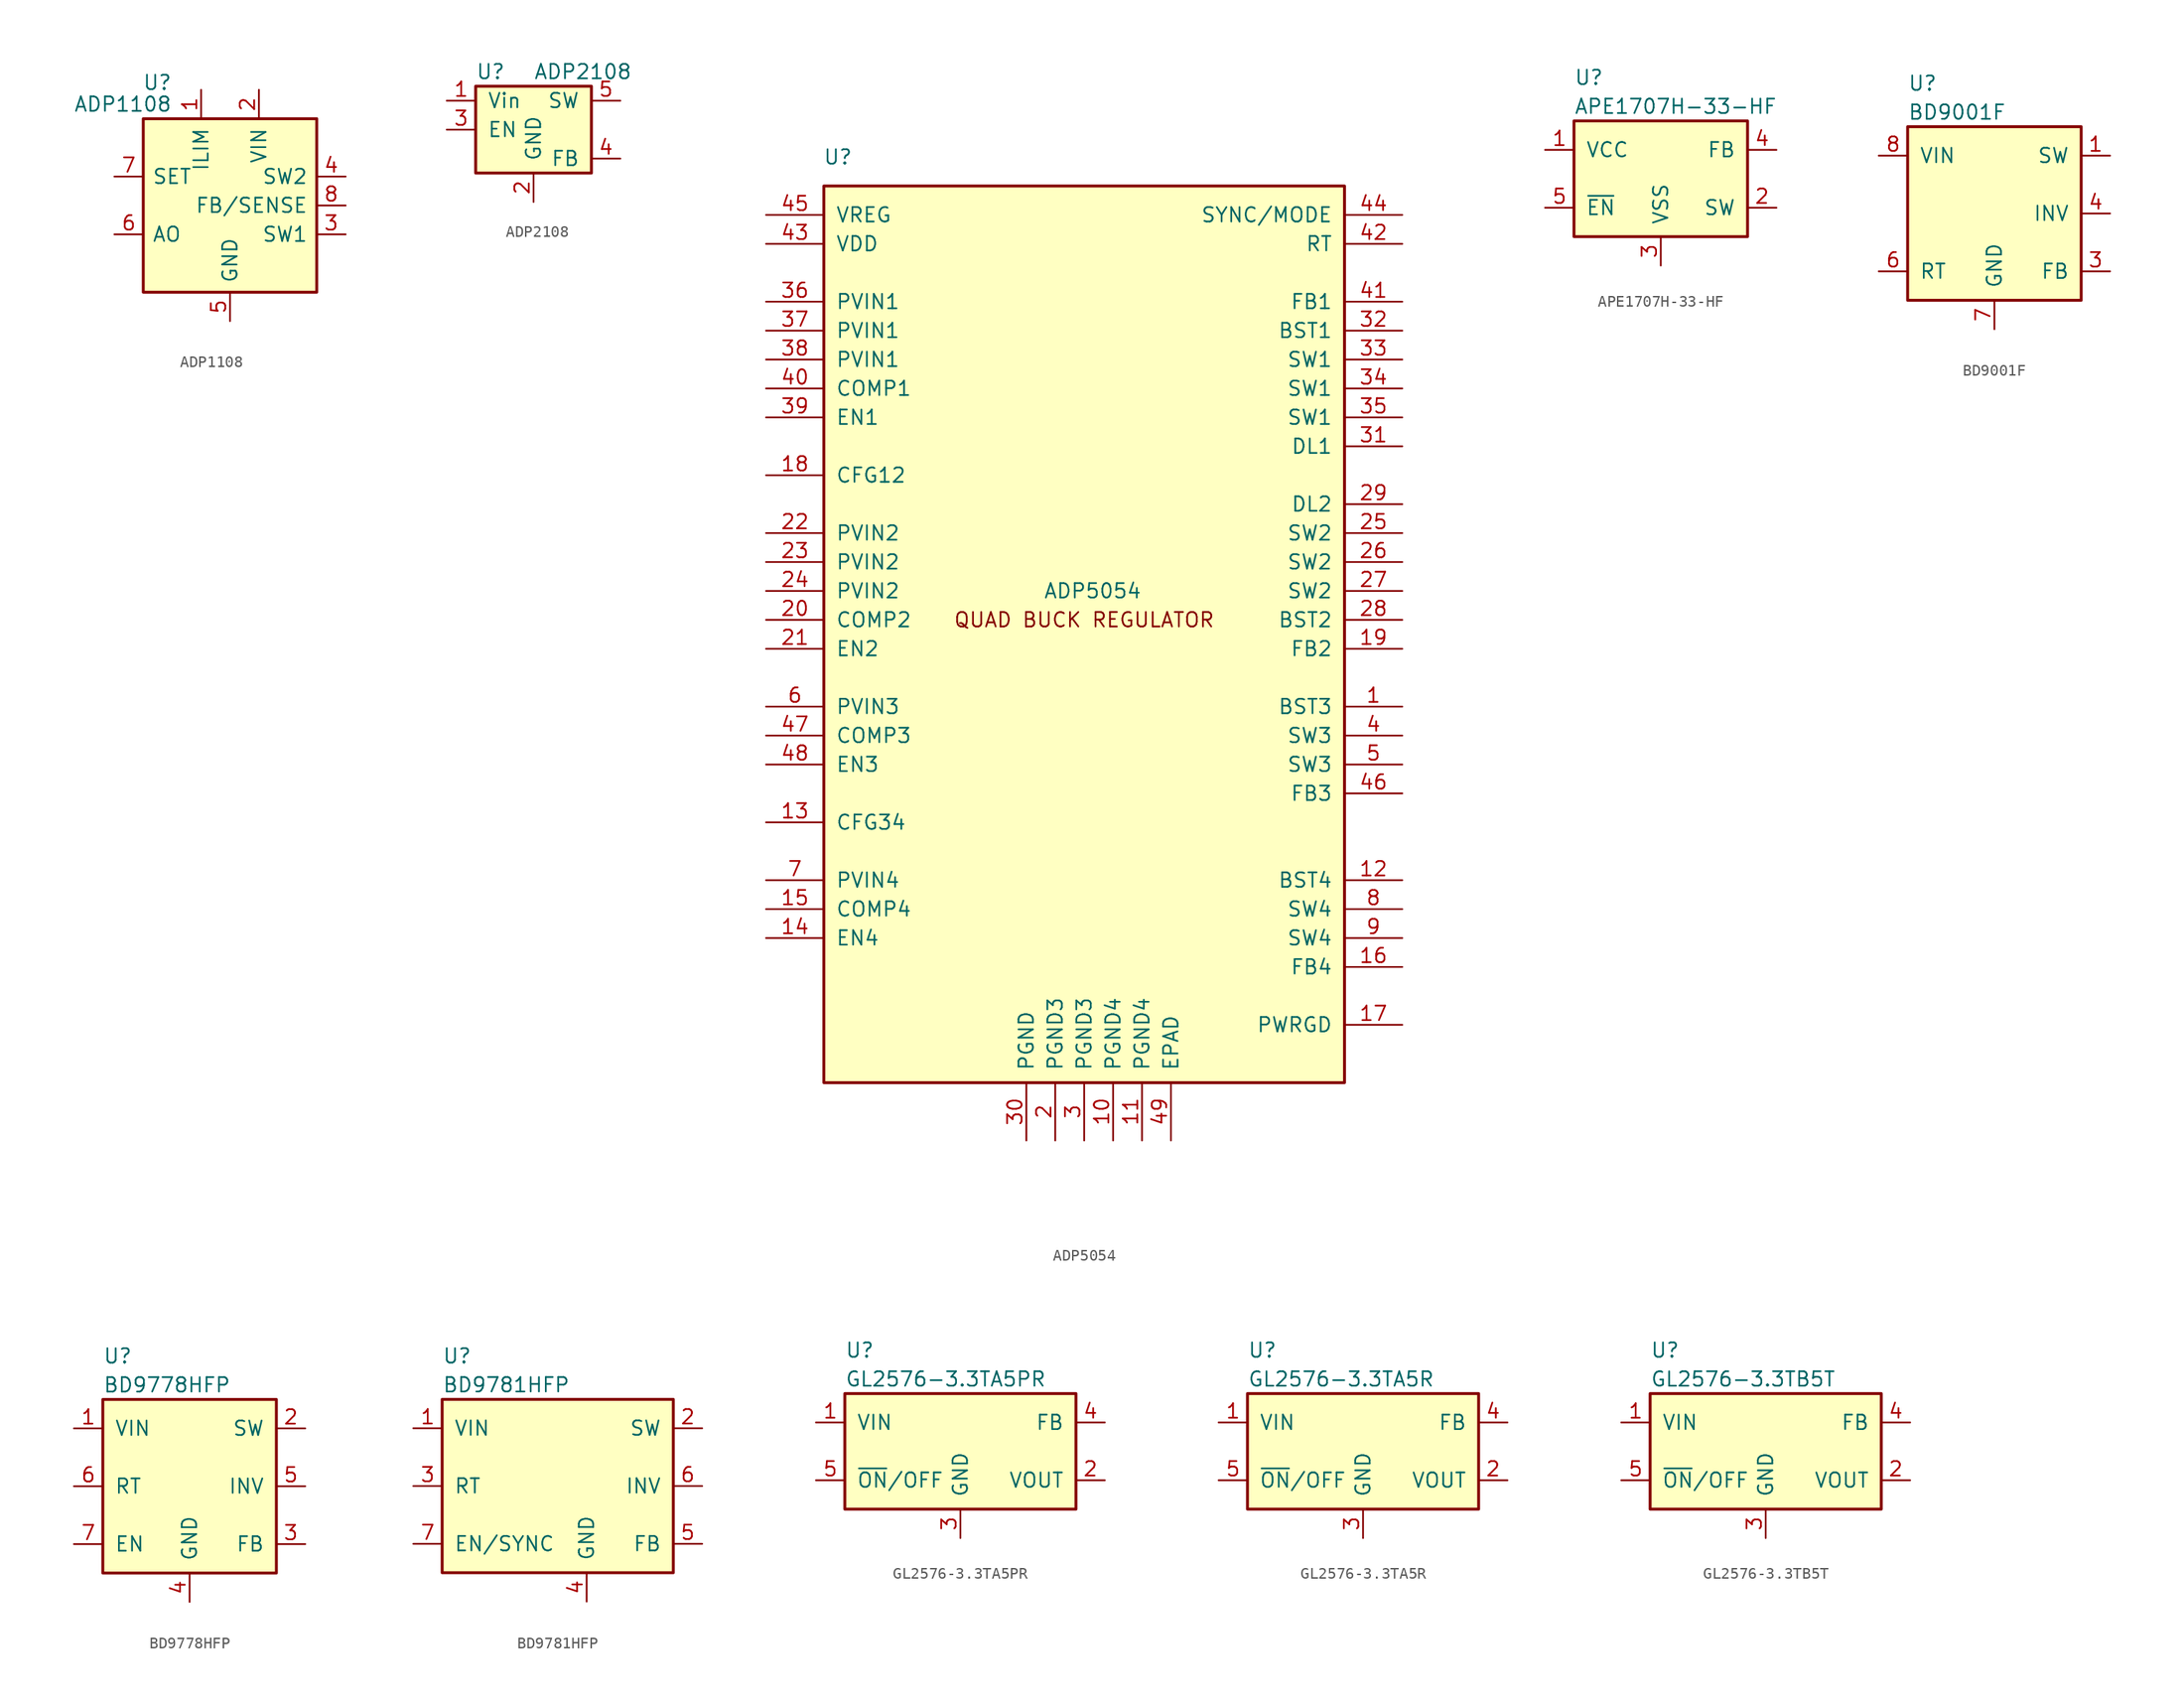
<source format=kicad_sym>
(kicad_symbol_lib
  (version 20211014)
  (generator kicad_symbol_editor)
  (symbol "ADP1108"
    (pin_names
      (offset 0.762))
    (property "Reference" "U"
      (at -5.08 10.795 0)
      (effects (font (size 1.27 1.27)) (justify right)))
    (property "Value" "ADP1108"
      (at -5.08 8.89 0)
      (effects (font (size 1.27 1.27)) (justify right)))
    (symbol "ADP1108_0_1"
      (rectangle (start -7.62 -7.62) (end 7.62 7.62) (stroke (width 0.254) (type default) (color 0 0 0 0)) (fill (type background))))
    (symbol "ADP1108_1_1"
      (pin input line (at -2.54 10.16 270) (length 2.54) (name "ILIM" (effects (font (size 1.27 1.27)))) (number "1" (effects (font (size 1.27 1.27)))))
      (pin power_in line (at 2.54 10.16 270) (length 2.54) (name "VIN" (effects (font (size 1.27 1.27)))) (number "2" (effects (font (size 1.27 1.27)))))
      (pin passive line (at 10.16 -2.54 180) (length 2.54) (name "SW1" (effects (font (size 1.27 1.27)))) (number "3" (effects (font (size 1.27 1.27)))))
      (pin passive line (at 10.16 2.54 180) (length 2.54) (name "SW2" (effects (font (size 1.27 1.27)))) (number "4" (effects (font (size 1.27 1.27)))))
      (pin power_in line (at 0 -10.16 90) (length 2.54) (name "GND" (effects (font (size 1.27 1.27)))) (number "5" (effects (font (size 1.27 1.27)))))
      (pin open_collector line (at -10.16 -2.54 0) (length 2.54) (name "AO" (effects (font (size 1.27 1.27)))) (number "6" (effects (font (size 1.27 1.27)))))
      (pin input line (at -10.16 2.54 0) (length 2.54) (name "SET" (effects (font (size 1.27 1.27)))) (number "7" (effects (font (size 1.27 1.27)))))
      (pin input line (at 10.16 0 180) (length 2.54) (name "FB/SENSE" (effects (font (size 1.27 1.27)))) (number "8" (effects (font (size 1.27 1.27)))))))
  (symbol "ADP2108"
    (pin_names
      (offset 1.016))
    (property "Reference" "U"
      (at -5.08 5.08 0)
      (effects (font (size 1.27 1.27)) (justify left)))
    (property "Value" "ADP2108"
      (at 0 5.08 0)
      (effects (font (size 1.27 1.27)) (justify left)))
    (symbol "ADP2108_0_1"
      (rectangle (start -5.08 3.81) (end 5.08 -3.81) (stroke (width 0.254) (type default) (color 0 0 0 0)) (fill (type background))))
    (symbol "ADP2108_1_1"
      (pin input line (at -7.62 2.54 0) (length 2.54) (name "Vin" (effects (font (size 1.27 1.27)))) (number "1" (effects (font (size 1.27 1.27)))))
      (pin input line (at 0 -6.35 90) (length 2.54) (name "GND" (effects (font (size 1.27 1.27)))) (number "2" (effects (font (size 1.27 1.27)))))
      (pin input line (at -7.62 0 0) (length 2.54) (name "EN" (effects (font (size 1.27 1.27)))) (number "3" (effects (font (size 1.27 1.27)))))
      (pin input line (at 7.62 -2.54 180) (length 2.54) (name "FB" (effects (font (size 1.27 1.27)))) (number "4" (effects (font (size 1.27 1.27)))))
      (pin input line (at 7.62 2.54 180) (length 2.54) (name "SW" (effects (font (size 1.27 1.27)))) (number "5" (effects (font (size 1.27 1.27)))))))
  (symbol "ADP5054"
    (pin_names
      (offset 1.016))
    (property "Reference" "U"
      (at -20.32 38.1 0)
      (effects (font (size 1.27 1.27)) (justify right)))
    (property "Value" "ADP5054"
      (at 5.08 0 0)
      (effects (font (size 1.27 1.27)) (justify right)))
    (symbol "ADP5054_0_0"
      (text "QUAD BUCK REGULATOR" (at 0 -2.54 0) (effects (font (size 1.27 1.27)))))
    (symbol "ADP5054_1_1"
      (rectangle (start -22.86 35.56) (end 22.86 -43.18) (stroke (width 0.254) (type default) (color 0 0 0 0)) (fill (type background)))
      (pin power_in line (at 27.94 -10.16 180) (length 5.08) (name "BST3" (effects (font (size 1.27 1.27)))) (number "1" (effects (font (size 1.27 1.27)))))
      (pin power_in line (at 2.54 -48.26 90) (length 5.08) (name "PGND4" (effects (font (size 1.27 1.27)))) (number "10" (effects (font (size 1.27 1.27)))))
      (pin power_in line (at 5.08 -48.26 90) (length 5.08) (name "PGND4" (effects (font (size 1.27 1.27)))) (number "11" (effects (font (size 1.27 1.27)))))
      (pin power_in line (at 27.94 -25.4 180) (length 5.08) (name "BST4" (effects (font (size 1.27 1.27)))) (number "12" (effects (font (size 1.27 1.27)))))
      (pin input line (at -27.94 -20.32 0) (length 5.08) (name "CFG34" (effects (font (size 1.27 1.27)))) (number "13" (effects (font (size 1.27 1.27)))))
      (pin input line (at -27.94 -30.48 0) (length 5.08) (name "EN4" (effects (font (size 1.27 1.27)))) (number "14" (effects (font (size 1.27 1.27)))))
      (pin unspecified line (at -27.94 -27.94 0) (length 5.08) (name "COMP4" (effects (font (size 1.27 1.27)))) (number "15" (effects (font (size 1.27 1.27)))))
      (pin input line (at 27.94 -33.02 180) (length 5.08) (name "FB4" (effects (font (size 1.27 1.27)))) (number "16" (effects (font (size 1.27 1.27)))))
      (pin open_collector line (at 27.94 -38.1 180) (length 5.08) (name "PWRGD" (effects (font (size 1.27 1.27)))) (number "17" (effects (font (size 1.27 1.27)))))
      (pin input line (at -27.94 10.16 0) (length 5.08) (name "CFG12" (effects (font (size 1.27 1.27)))) (number "18" (effects (font (size 1.27 1.27)))))
      (pin input line (at 27.94 -5.08 180) (length 5.08) (name "FB2" (effects (font (size 1.27 1.27)))) (number "19" (effects (font (size 1.27 1.27)))))
      (pin power_in line (at -2.54 -48.26 90) (length 5.08) (name "PGND3" (effects (font (size 1.27 1.27)))) (number "2" (effects (font (size 1.27 1.27)))))
      (pin unspecified line (at -27.94 -2.54 0) (length 5.08) (name "COMP2" (effects (font (size 1.27 1.27)))) (number "20" (effects (font (size 1.27 1.27)))))
      (pin input line (at -27.94 -5.08 0) (length 5.08) (name "EN2" (effects (font (size 1.27 1.27)))) (number "21" (effects (font (size 1.27 1.27)))))
      (pin power_in line (at -27.94 5.08 0) (length 5.08) (name "PVIN2" (effects (font (size 1.27 1.27)))) (number "22" (effects (font (size 1.27 1.27)))))
      (pin power_in line (at -27.94 2.54 0) (length 5.08) (name "PVIN2" (effects (font (size 1.27 1.27)))) (number "23" (effects (font (size 1.27 1.27)))))
      (pin power_in line (at -27.94 0 0) (length 5.08) (name "PVIN2" (effects (font (size 1.27 1.27)))) (number "24" (effects (font (size 1.27 1.27)))))
      (pin power_out line (at 27.94 5.08 180) (length 5.08) (name "SW2" (effects (font (size 1.27 1.27)))) (number "25" (effects (font (size 1.27 1.27)))))
      (pin power_out line (at 27.94 2.54 180) (length 5.08) (name "SW2" (effects (font (size 1.27 1.27)))) (number "26" (effects (font (size 1.27 1.27)))))
      (pin power_out line (at 27.94 0 180) (length 5.08) (name "SW2" (effects (font (size 1.27 1.27)))) (number "27" (effects (font (size 1.27 1.27)))))
      (pin power_in line (at 27.94 -2.54 180) (length 5.08) (name "BST2" (effects (font (size 1.27 1.27)))) (number "28" (effects (font (size 1.27 1.27)))))
      (pin output line (at 27.94 7.62 180) (length 5.08) (name "DL2" (effects (font (size 1.27 1.27)))) (number "29" (effects (font (size 1.27 1.27)))))
      (pin power_in line (at 0 -48.26 90) (length 5.08) (name "PGND3" (effects (font (size 1.27 1.27)))) (number "3" (effects (font (size 1.27 1.27)))))
      (pin power_in line (at -5.08 -48.26 90) (length 5.08) (name "PGND" (effects (font (size 1.27 1.27)))) (number "30" (effects (font (size 1.27 1.27)))))
      (pin output line (at 27.94 12.7 180) (length 5.08) (name "DL1" (effects (font (size 1.27 1.27)))) (number "31" (effects (font (size 1.27 1.27)))))
      (pin power_in line (at 27.94 22.86 180) (length 5.08) (name "BST1" (effects (font (size 1.27 1.27)))) (number "32" (effects (font (size 1.27 1.27)))))
      (pin power_out line (at 27.94 20.32 180) (length 5.08) (name "SW1" (effects (font (size 1.27 1.27)))) (number "33" (effects (font (size 1.27 1.27)))))
      (pin power_out line (at 27.94 17.78 180) (length 5.08) (name "SW1" (effects (font (size 1.27 1.27)))) (number "34" (effects (font (size 1.27 1.27)))))
      (pin power_out line (at 27.94 15.24 180) (length 5.08) (name "SW1" (effects (font (size 1.27 1.27)))) (number "35" (effects (font (size 1.27 1.27)))))
      (pin power_in line (at -27.94 25.4 0) (length 5.08) (name "PVIN1" (effects (font (size 1.27 1.27)))) (number "36" (effects (font (size 1.27 1.27)))))
      (pin power_in line (at -27.94 22.86 0) (length 5.08) (name "PVIN1" (effects (font (size 1.27 1.27)))) (number "37" (effects (font (size 1.27 1.27)))))
      (pin power_in line (at -27.94 20.32 0) (length 5.08) (name "PVIN1" (effects (font (size 1.27 1.27)))) (number "38" (effects (font (size 1.27 1.27)))))
      (pin input line (at -27.94 15.24 0) (length 5.08) (name "EN1" (effects (font (size 1.27 1.27)))) (number "39" (effects (font (size 1.27 1.27)))))
      (pin power_out line (at 27.94 -12.7 180) (length 5.08) (name "SW3" (effects (font (size 1.27 1.27)))) (number "4" (effects (font (size 1.27 1.27)))))
      (pin unspecified line (at -27.94 17.78 0) (length 5.08) (name "COMP1" (effects (font (size 1.27 1.27)))) (number "40" (effects (font (size 1.27 1.27)))))
      (pin input line (at 27.94 25.4 180) (length 5.08) (name "FB1" (effects (font (size 1.27 1.27)))) (number "41" (effects (font (size 1.27 1.27)))))
      (pin unspecified line (at 27.94 30.48 180) (length 5.08) (name "RT" (effects (font (size 1.27 1.27)))) (number "42" (effects (font (size 1.27 1.27)))))
      (pin power_out line (at -27.94 30.48 0) (length 5.08) (name "VDD" (effects (font (size 1.27 1.27)))) (number "43" (effects (font (size 1.27 1.27)))))
      (pin unspecified line (at 27.94 33.02 180) (length 5.08) (name "SYNC/MODE" (effects (font (size 1.27 1.27)))) (number "44" (effects (font (size 1.27 1.27)))))
      (pin power_out line (at -27.94 33.02 0) (length 5.08) (name "VREG" (effects (font (size 1.27 1.27)))) (number "45" (effects (font (size 1.27 1.27)))))
      (pin input line (at 27.94 -17.78 180) (length 5.08) (name "FB3" (effects (font (size 1.27 1.27)))) (number "46" (effects (font (size 1.27 1.27)))))
      (pin unspecified line (at -27.94 -12.7 0) (length 5.08) (name "COMP3" (effects (font (size 1.27 1.27)))) (number "47" (effects (font (size 1.27 1.27)))))
      (pin input line (at -27.94 -15.24 0) (length 5.08) (name "EN3" (effects (font (size 1.27 1.27)))) (number "48" (effects (font (size 1.27 1.27)))))
      (pin power_in line (at 7.62 -48.26 90) (length 5.08) (name "EPAD" (effects (font (size 1.27 1.27)))) (number "49" (effects (font (size 1.27 1.27)))))
      (pin power_out line (at 27.94 -15.24 180) (length 5.08) (name "SW3" (effects (font (size 1.27 1.27)))) (number "5" (effects (font (size 1.27 1.27)))))
      (pin power_in line (at -27.94 -10.16 0) (length 5.08) (name "PVIN3" (effects (font (size 1.27 1.27)))) (number "6" (effects (font (size 1.27 1.27)))))
      (pin power_in line (at -27.94 -25.4 0) (length 5.08) (name "PVIN4" (effects (font (size 1.27 1.27)))) (number "7" (effects (font (size 1.27 1.27)))))
      (pin power_out line (at 27.94 -27.94 180) (length 5.08) (name "SW4" (effects (font (size 1.27 1.27)))) (number "8" (effects (font (size 1.27 1.27)))))
      (pin power_out line (at 27.94 -30.48 180) (length 5.08) (name "SW4" (effects (font (size 1.27 1.27)))) (number "9" (effects (font (size 1.27 1.27)))))))
  (symbol "APE1707H-33-HF"
    (pin_names
      (offset 1.016))
    (property "Reference" "U"
      (at -7.62 8.89 0)
      (effects (font (size 1.27 1.27)) (justify left)))
    (property "Value" "APE1707H-33-HF"
      (at -7.62 6.35 0)
      (effects (font (size 1.27 1.27)) (justify left)))
    (symbol "APE1707H-33-HF_0_1"
      (rectangle (start -7.62 5.08) (end 7.62 -5.08) (stroke (width 0.254) (type default) (color 0 0 0 0)) (fill (type background))))
    (symbol "APE1707H-33-HF_1_1"
      (pin power_in line (at -10.16 2.54 0) (length 2.54) (name "VCC" (effects (font (size 1.27 1.27)))) (number "1" (effects (font (size 1.27 1.27)))))
      (pin output line (at 10.16 -2.54 180) (length 2.54) (name "SW" (effects (font (size 1.27 1.27)))) (number "2" (effects (font (size 1.27 1.27)))))
      (pin power_in line (at 0 -7.62 90) (length 2.54) (name "VSS" (effects (font (size 1.27 1.27)))) (number "3" (effects (font (size 1.27 1.27)))))
      (pin input line (at 10.16 2.54 180) (length 2.54) (name "FB" (effects (font (size 1.27 1.27)))) (number "4" (effects (font (size 1.27 1.27)))))
      (pin input line (at -10.16 -2.54 0) (length 2.54) (name "~{EN}" (effects (font (size 1.27 1.27)))) (number "5" (effects (font (size 1.27 1.27)))))))
  (symbol "BD9001F"
    (pin_names
      (offset 1.016))
    (property "Reference" "U"
      (at -7.62 11.43 0)
      (effects (font (size 1.27 1.27)) (justify left)))
    (property "Value" "BD9001F"
      (at -7.62 8.89 0)
      (effects (font (size 1.27 1.27)) (justify left)))
    (symbol "BD9001F_0_1"
      (rectangle (start -7.62 7.62) (end 7.62 -7.62) (stroke (width 0.254) (type default) (color 0 0 0 0)) (fill (type background))))
    (symbol "BD9001F_1_1"
      (pin output line (at 10.16 5.08 180) (length 2.54) (name "SW" (effects (font (size 1.27 1.27)))) (number "1" (effects (font (size 1.27 1.27)))))
      (pin passive line (at 10.16 -5.08 180) (length 2.54) (name "FB" (effects (font (size 1.27 1.27)))) (number "3" (effects (font (size 1.27 1.27)))))
      (pin input line (at 10.16 0 180) (length 2.54) (name "INV" (effects (font (size 1.27 1.27)))) (number "4" (effects (font (size 1.27 1.27)))))
      (pin passive line (at -10.16 -5.08 0) (length 2.54) (name "RT" (effects (font (size 1.27 1.27)))) (number "6" (effects (font (size 1.27 1.27)))))
      (pin power_in line (at 0 -10.16 90) (length 2.54) (name "GND" (effects (font (size 1.27 1.27)))) (number "7" (effects (font (size 1.27 1.27)))))
      (pin power_in line (at -10.16 5.08 0) (length 2.54) (name "VIN" (effects (font (size 1.27 1.27)))) (number "8" (effects (font (size 1.27 1.27)))))))
  (symbol "BD9778HFP"
    (pin_names
      (offset 1.016))
    (property "Reference" "U"
      (at -7.62 11.43 0)
      (effects (font (size 1.27 1.27)) (justify left)))
    (property "Value" "BD9778HFP"
      (at -7.62 8.89 0)
      (effects (font (size 1.27 1.27)) (justify left)))
    (symbol "BD9778HFP_0_1"
      (rectangle (start -7.62 7.62) (end 7.62 -7.62) (stroke (width 0.254) (type default) (color 0 0 0 0)) (fill (type background))))
    (symbol "BD9778HFP_1_1"
      (pin power_in line (at -10.16 5.08 0) (length 2.54) (name "VIN" (effects (font (size 1.27 1.27)))) (number "1" (effects (font (size 1.27 1.27)))))
      (pin output line (at 10.16 5.08 180) (length 2.54) (name "SW" (effects (font (size 1.27 1.27)))) (number "2" (effects (font (size 1.27 1.27)))))
      (pin passive line (at 10.16 -5.08 180) (length 2.54) (name "FB" (effects (font (size 1.27 1.27)))) (number "3" (effects (font (size 1.27 1.27)))))
      (pin power_in line (at 0 -10.16 90) (length 2.54) (name "GND" (effects (font (size 1.27 1.27)))) (number "4" (effects (font (size 1.27 1.27)))))
      (pin input line (at 10.16 0 180) (length 2.54) (name "INV" (effects (font (size 1.27 1.27)))) (number "5" (effects (font (size 1.27 1.27)))))
      (pin passive line (at -10.16 0 0) (length 2.54) (name "RT" (effects (font (size 1.27 1.27)))) (number "6" (effects (font (size 1.27 1.27)))))
      (pin passive line (at -10.16 -5.08 0) (length 2.54) (name "EN" (effects (font (size 1.27 1.27)))) (number "7" (effects (font (size 1.27 1.27)))))))
  (symbol "BD9781HFP"
    (pin_names
      (offset 1.016))
    (property "Reference" "U"
      (at -10.16 11.43 0)
      (effects (font (size 1.27 1.27)) (justify left)))
    (property "Value" "BD9781HFP"
      (at -10.16 8.89 0)
      (effects (font (size 1.27 1.27)) (justify left)))
    (symbol "BD9781HFP_0_1"
      (rectangle (start -10.16 7.62) (end 10.16 -7.62) (stroke (width 0.254) (type default) (color 0 0 0 0)) (fill (type background))))
    (symbol "BD9781HFP_1_1"
      (pin power_in line (at -12.7 5.08 0) (length 2.54) (name "VIN" (effects (font (size 1.27 1.27)))) (number "1" (effects (font (size 1.27 1.27)))))
      (pin output line (at 12.7 5.08 180) (length 2.54) (name "SW" (effects (font (size 1.27 1.27)))) (number "2" (effects (font (size 1.27 1.27)))))
      (pin passive line (at -12.7 0 0) (length 2.54) (name "RT" (effects (font (size 1.27 1.27)))) (number "3" (effects (font (size 1.27 1.27)))))
      (pin power_in line (at 2.54 -10.16 90) (length 2.54) (name "GND" (effects (font (size 1.27 1.27)))) (number "4" (effects (font (size 1.27 1.27)))))
      (pin passive line (at 12.7 -5.08 180) (length 2.54) (name "FB" (effects (font (size 1.27 1.27)))) (number "5" (effects (font (size 1.27 1.27)))))
      (pin input line (at 12.7 0 180) (length 2.54) (name "INV" (effects (font (size 1.27 1.27)))) (number "6" (effects (font (size 1.27 1.27)))))
      (pin passive line (at -12.7 -5.08 0) (length 2.54) (name "EN/SYNC" (effects (font (size 1.27 1.27)))) (number "7" (effects (font (size 1.27 1.27)))))))
  (symbol "GL2576-3.3TA5PR"
    (pin_names
      (offset 1.016))
    (property "Reference" "U"
      (at -10.16 8.89 0)
      (effects (font (size 1.27 1.27)) (justify left)))
    (property "Value" "GL2576-3.3TA5PR"
      (at -10.16 6.35 0)
      (effects (font (size 1.27 1.27)) (justify left)))
    (symbol "GL2576-3.3TA5PR_0_1"
      (rectangle (start -10.16 5.08) (end 10.16 -5.08) (stroke (width 0.254) (type default) (color 0 0 0 0)) (fill (type background))))
    (symbol "GL2576-3.3TA5PR_1_1"
      (pin power_in line (at -12.7 2.54 0) (length 2.54) (name "VIN" (effects (font (size 1.27 1.27)))) (number "1" (effects (font (size 1.27 1.27)))))
      (pin passive line (at 12.7 -2.54 180) (length 2.54) (name "VOUT" (effects (font (size 1.27 1.27)))) (number "2" (effects (font (size 1.27 1.27)))))
      (pin power_in line (at 0 -7.62 90) (length 2.54) (name "GND" (effects (font (size 1.27 1.27)))) (number "3" (effects (font (size 1.27 1.27)))))
      (pin passive line (at 12.7 2.54 180) (length 2.54) (name "FB" (effects (font (size 1.27 1.27)))) (number "4" (effects (font (size 1.27 1.27)))))
      (pin input line (at -12.7 -2.54 0) (length 2.54) (name "~{ON}/OFF" (effects (font (size 1.27 1.27)))) (number "5" (effects (font (size 1.27 1.27)))))))
  (symbol "GL2576-3.3TA5R"
    (pin_names
      (offset 1.016))
    (property "Reference" "U"
      (at -10.16 8.89 0)
      (effects (font (size 1.27 1.27)) (justify left)))
    (property "Value" "GL2576-3.3TA5R"
      (at -10.16 6.35 0)
      (effects (font (size 1.27 1.27)) (justify left)))
    (symbol "GL2576-3.3TA5R_0_1"
      (rectangle (start -10.16 5.08) (end 10.16 -5.08) (stroke (width 0.254) (type default) (color 0 0 0 0)) (fill (type background))))
    (symbol "GL2576-3.3TA5R_1_1"
      (pin power_in line (at -12.7 2.54 0) (length 2.54) (name "VIN" (effects (font (size 1.27 1.27)))) (number "1" (effects (font (size 1.27 1.27)))))
      (pin passive line (at 12.7 -2.54 180) (length 2.54) (name "VOUT" (effects (font (size 1.27 1.27)))) (number "2" (effects (font (size 1.27 1.27)))))
      (pin power_in line (at 0 -7.62 90) (length 2.54) (name "GND" (effects (font (size 1.27 1.27)))) (number "3" (effects (font (size 1.27 1.27)))))
      (pin passive line (at 12.7 2.54 180) (length 2.54) (name "FB" (effects (font (size 1.27 1.27)))) (number "4" (effects (font (size 1.27 1.27)))))
      (pin input line (at -12.7 -2.54 0) (length 2.54) (name "~{ON}/OFF" (effects (font (size 1.27 1.27)))) (number "5" (effects (font (size 1.27 1.27)))))))
  (symbol "GL2576-3.3TB5T"
    (pin_names
      (offset 1.016))
    (property "Reference" "U"
      (at -10.16 8.89 0)
      (effects (font (size 1.27 1.27)) (justify left)))
    (property "Value" "GL2576-3.3TB5T"
      (at -10.16 6.35 0)
      (effects (font (size 1.27 1.27)) (justify left)))
    (symbol "GL2576-3.3TB5T_0_1"
      (rectangle (start -10.16 5.08) (end 10.16 -5.08) (stroke (width 0.254) (type default) (color 0 0 0 0)) (fill (type background))))
    (symbol "GL2576-3.3TB5T_1_1"
      (pin power_in line (at -12.7 2.54 0) (length 2.54) (name "VIN" (effects (font (size 1.27 1.27)))) (number "1" (effects (font (size 1.27 1.27)))))
      (pin passive line (at 12.7 -2.54 180) (length 2.54) (name "VOUT" (effects (font (size 1.27 1.27)))) (number "2" (effects (font (size 1.27 1.27)))))
      (pin power_in line (at 0 -7.62 90) (length 2.54) (name "GND" (effects (font (size 1.27 1.27)))) (number "3" (effects (font (size 1.27 1.27)))))
      (pin passive line (at 12.7 2.54 180) (length 2.54) (name "FB" (effects (font (size 1.27 1.27)))) (number "4" (effects (font (size 1.27 1.27)))))
      (pin input line (at -12.7 -2.54 0) (length 2.54) (name "~{ON}/OFF" (effects (font (size 1.27 1.27)))) (number "5" (effects (font (size 1.27 1.27))))))))
</source>
